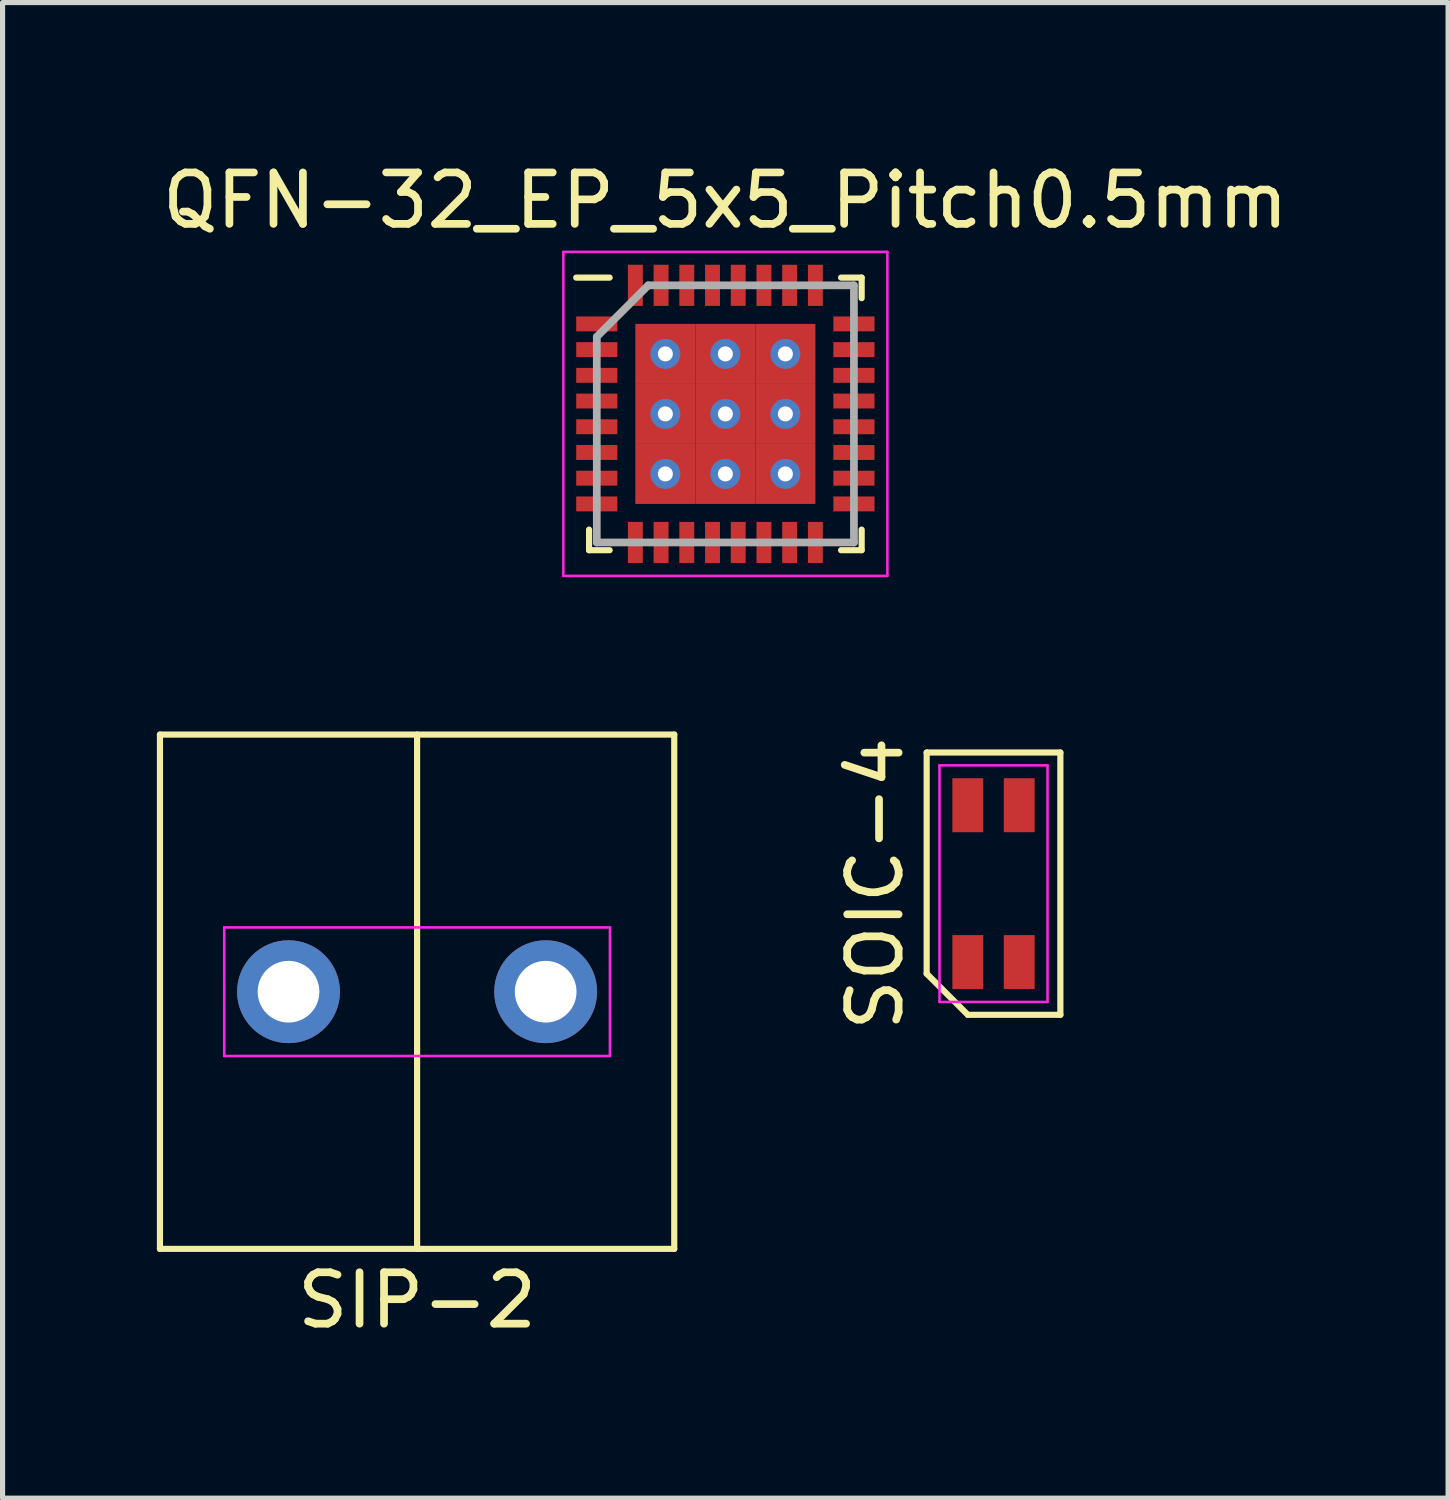
<source format=kicad_pcb>
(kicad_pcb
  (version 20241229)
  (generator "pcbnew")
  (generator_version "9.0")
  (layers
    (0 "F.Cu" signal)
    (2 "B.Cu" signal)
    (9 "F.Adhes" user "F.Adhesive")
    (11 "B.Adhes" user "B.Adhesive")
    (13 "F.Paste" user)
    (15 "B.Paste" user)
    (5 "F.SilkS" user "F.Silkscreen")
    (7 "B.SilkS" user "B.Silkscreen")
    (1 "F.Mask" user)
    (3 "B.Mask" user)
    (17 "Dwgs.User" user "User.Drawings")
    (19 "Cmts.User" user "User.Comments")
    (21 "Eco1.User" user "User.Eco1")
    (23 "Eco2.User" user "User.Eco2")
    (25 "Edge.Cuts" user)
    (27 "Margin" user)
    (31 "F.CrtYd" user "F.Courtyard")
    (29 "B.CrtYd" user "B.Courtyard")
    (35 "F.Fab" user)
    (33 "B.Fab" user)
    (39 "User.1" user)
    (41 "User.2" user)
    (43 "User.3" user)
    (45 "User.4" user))
  (footprint "SOIC-4"
    (layer "F.Cu")
    (at 16.268 14.132)
    (property "Reference" "SOIC-4" (at -2.3 0 90) (layer "F.SilkS") (effects (font (size 1 1) (thickness 0.15))))
    (attr smd)
    (fp_line (start -1.3 -2.55) (end 1.3 -2.55) (stroke (width 0.12) (type solid)) (layer "F.SilkS"))
    (fp_line (start -1.3 1.75) (end -1.3 -2.55) (stroke (width 0.12) (type solid)) (layer "F.SilkS"))
    (fp_line (start -0.5 2.55) (end -1.3 1.75) (stroke (width 0.12) (type solid)) (layer "F.SilkS"))
    (fp_line (start 1.3 -2.55) (end 1.3 2.55) (stroke (width 0.12) (type solid)) (layer "F.SilkS"))
    (fp_line (start 1.3 2.55) (end -0.5 2.55) (stroke (width 0.12) (type solid)) (layer "F.SilkS"))
    (fp_line (start -1.05 -2.3) (end 1.05 -2.3) (stroke (width 0.05) (type solid)) (layer "F.CrtYd"))
    (fp_line (start -1.05 2.3) (end -1.05 -2.3) (stroke (width 0.05) (type solid)) (layer "F.CrtYd"))
    (fp_line (start 1.05 -2.3) (end 1.05 2.3) (stroke (width 0.05) (type solid)) (layer "F.CrtYd"))
    (fp_line (start 1.05 2.3) (end -1.05 2.3) (stroke (width 0.05) (type solid)) (layer "F.CrtYd"))
    (pad "1" smd rect (at -0.5 1.525) (size 0.6 1.05) (layers "F.Cu" "F.Mask" "F.Paste"))
    (pad "2" smd rect (at 0.5 1.525) (size 0.6 1.05) (layers "F.Cu" "F.Mask" "F.Paste"))
    (pad "3" smd rect (at 0.5 -1.525) (size 0.6 1.05) (layers "F.Cu" "F.Mask" "F.Paste"))
    (pad "4" smd rect (at -0.5 -1.525) (size 0.6 1.05) (layers "F.Cu" "F.Mask" "F.Paste")))
  (footprint "SIP-2"
    (layer "F.Cu")
    (at 5.06 16.233)
    (property "Reference" "SIP-2" (at 0 6 0) (layer "F.SilkS") (effects (font (size 1 1) (thickness 0.15))))
    (attr through_hole)
    (fp_line (start -5 -5) (end 5 -5) (stroke (width 0.12) (type solid)) (layer "F.SilkS"))
    (fp_line (start -5 5) (end -5 -5) (stroke (width 0.12) (type solid)) (layer "F.SilkS"))
    (fp_line (start 0 -5) (end 0 5) (stroke (width 0.12) (type solid)) (layer "F.SilkS"))
    (fp_line (start 5 -5) (end 5 5) (stroke (width 0.12) (type solid)) (layer "F.SilkS"))
    (fp_line (start 5 5) (end -5 5) (stroke (width 0.12) (type solid)) (layer "F.SilkS"))
    (fp_line (start -3.75 -1.25) (end 3.75 -1.25) (stroke (width 0.05) (type solid)) (layer "F.CrtYd"))
    (fp_line (start -3.75 1.25) (end -3.75 -1.25) (stroke (width 0.05) (type solid)) (layer "F.CrtYd"))
    (fp_line (start 3.75 -1.25) (end 3.75 1.25) (stroke (width 0.05) (type solid)) (layer "F.CrtYd"))
    (fp_line (start 3.75 1.25) (end -3.75 1.25) (stroke (width 0.05) (type solid)) (layer "F.CrtYd"))
    (pad "1" thru_hole circle (at -2.5 0) (size 2 2) (drill 1.2) (layers "*.Cu" "*.Mask"))
    (pad "2" thru_hole circle (at 2.5 0) (size 2 2) (drill 1.2) (layers "*.Cu" "*.Mask")))
  (footprint "QFN-32_EP_5x5_Pitch0.5mm"
    (layer "F.Cu")
    (at 11.054 4.998)
    (property "Reference" "QFN-32_EP_5x5_Pitch0.5mm" (at 0 -4.15 0) (layer "F.SilkS") (effects (font (size 1 1) (thickness 0.15))))
    (attr smd)
    (fp_line (start -2.65 2.65) (end -2.65 2.25) (stroke (width 0.12) (type solid)) (layer "F.SilkS"))
    (fp_line (start -2.25 -2.65) (end -2.9 -2.65) (stroke (width 0.12) (type solid)) (layer "F.SilkS"))
    (fp_line (start -2.25 2.65) (end -2.65 2.65) (stroke (width 0.12) (type solid)) (layer "F.SilkS"))
    (fp_line (start 2.25 -2.65) (end 2.65 -2.65) (stroke (width 0.12) (type solid)) (layer "F.SilkS"))
    (fp_line (start 2.25 2.65) (end 2.65 2.65) (stroke (width 0.12) (type solid)) (layer "F.SilkS"))
    (fp_line (start 2.65 -2.65) (end 2.65 -2.25) (stroke (width 0.12) (type solid)) (layer "F.SilkS"))
    (fp_line (start 2.65 2.65) (end 2.65 2.25) (stroke (width 0.12) (type solid)) (layer "F.SilkS"))
    (fp_line (start -3.15 -3.15) (end 3.15 -3.15) (stroke (width 0.05) (type solid)) (layer "F.CrtYd"))
    (fp_line (start -3.15 3.15) (end -3.15 -3.15) (stroke (width 0.05) (type solid)) (layer "F.CrtYd"))
    (fp_line (start 3.15 -3.15) (end 3.15 3.15) (stroke (width 0.05) (type solid)) (layer "F.CrtYd"))
    (fp_line (start 3.15 3.15) (end -3.15 3.15) (stroke (width 0.05) (type solid)) (layer "F.CrtYd"))
    (fp_line (start -2.5 -1.5) (end -2.5 2.5) (stroke (width 0.15) (type solid)) (layer "F.Fab"))
    (fp_line (start -2.5 2.5) (end 2.5 2.5) (stroke (width 0.15) (type solid)) (layer "F.Fab"))
    (fp_line (start -1.5 -2.5) (end -2.5 -1.5) (stroke (width 0.15) (type solid)) (layer "F.Fab"))
    (fp_line (start 2.5 -2.5) (end -1.5 -2.5) (stroke (width 0.15) (type solid)) (layer "F.Fab"))
    (fp_line (start 2.5 2.5) (end 2.5 -2.5) (stroke (width 0.15) (type solid)) (layer "F.Fab"))
    (pad "1" smd rect (at -2.5 -1.75 90) (size 0.29 0.8) (layers "F.Cu" "F.Mask" "F.Paste"))
    (pad "2" smd rect (at -2.5 -1.25 90) (size 0.29 0.8) (layers "F.Cu" "F.Mask" "F.Paste"))
    (pad "3" smd rect (at -2.5 -0.75 90) (size 0.29 0.8) (layers "F.Cu" "F.Mask" "F.Paste"))
    (pad "4" smd rect (at -2.5 -0.25 90) (size 0.29 0.8) (layers "F.Cu" "F.Mask" "F.Paste"))
    (pad "5" smd rect (at -2.5 0.25 90) (size 0.29 0.8) (layers "F.Cu" "F.Mask" "F.Paste"))
    (pad "6" smd rect (at -2.5 0.75 90) (size 0.29 0.8) (layers "F.Cu" "F.Mask" "F.Paste"))
    (pad "7" smd rect (at -2.5 1.25 90) (size 0.29 0.8) (layers "F.Cu" "F.Mask" "F.Paste"))
    (pad "8" smd rect (at -2.5 1.75 90) (size 0.29 0.8) (layers "F.Cu" "F.Mask" "F.Paste"))
    (pad "9" smd rect (at -1.75 2.5) (size 0.29 0.8) (layers "F.Cu" "F.Mask" "F.Paste"))
    (pad "10" smd rect (at -1.25 2.5) (size 0.29 0.8) (layers "F.Cu" "F.Mask" "F.Paste"))
    (pad "11" smd rect (at -0.75 2.5) (size 0.29 0.8) (layers "F.Cu" "F.Mask" "F.Paste"))
    (pad "12" smd rect (at -0.25 2.5) (size 0.29 0.8) (layers "F.Cu" "F.Mask" "F.Paste"))
    (pad "13" smd rect (at 0.25 2.5) (size 0.29 0.8) (layers "F.Cu" "F.Mask" "F.Paste"))
    (pad "14" smd rect (at 0.75 2.5) (size 0.29 0.8) (layers "F.Cu" "F.Mask" "F.Paste"))
    (pad "15" smd rect (at 1.25 2.5) (size 0.29 0.8) (layers "F.Cu" "F.Mask" "F.Paste"))
    (pad "16" smd rect (at 1.75 2.5) (size 0.29 0.8) (layers "F.Cu" "F.Mask" "F.Paste"))
    (pad "17" smd rect (at 2.5 1.75 90) (size 0.29 0.8) (layers "F.Cu" "F.Mask" "F.Paste"))
    (pad "18" smd rect (at 2.5 1.25 90) (size 0.29 0.8) (layers "F.Cu" "F.Mask" "F.Paste"))
    (pad "19" smd rect (at 2.5 0.75 90) (size 0.29 0.8) (layers "F.Cu" "F.Mask" "F.Paste"))
    (pad "20" smd rect (at 2.5 0.25 90) (size 0.29 0.8) (layers "F.Cu" "F.Mask" "F.Paste"))
    (pad "21" smd rect (at 2.5 -0.25 90) (size 0.29 0.8) (layers "F.Cu" "F.Mask" "F.Paste"))
    (pad "22" smd rect (at 2.5 -0.75 90) (size 0.29 0.8) (layers "F.Cu" "F.Mask" "F.Paste"))
    (pad "23" smd rect (at 2.5 -1.25 90) (size 0.29 0.8) (layers "F.Cu" "F.Mask" "F.Paste"))
    (pad "24" smd rect (at 2.5 -1.75 90) (size 0.29 0.8) (layers "F.Cu" "F.Mask" "F.Paste"))
    (pad "25" smd rect (at 1.75 -2.5) (size 0.29 0.8) (layers "F.Cu" "F.Mask" "F.Paste"))
    (pad "26" smd rect (at 1.25 -2.5) (size 0.29 0.8) (layers "F.Cu" "F.Mask" "F.Paste"))
    (pad "27" smd rect (at 0.75 -2.5) (size 0.29 0.8) (layers "F.Cu" "F.Mask" "F.Paste"))
    (pad "28" smd rect (at 0.25 -2.5) (size 0.29 0.8) (layers "F.Cu" "F.Mask" "F.Paste"))
    (pad "29" smd rect (at -0.25 -2.5) (size 0.29 0.8) (layers "F.Cu" "F.Mask" "F.Paste"))
    (pad "30" smd rect (at -0.75 -2.5) (size 0.29 0.8) (layers "F.Cu" "F.Mask" "F.Paste"))
    (pad "31" smd rect (at -1.25 -2.5) (size 0.29 0.8) (layers "F.Cu" "F.Mask" "F.Paste"))
    (pad "32" smd rect (at -1.75 -2.5) (size 0.29 0.8) (layers "F.Cu" "F.Mask" "F.Paste"))
    (pad "33" thru_hole circle (at -1.167 -1.167) (size 0.583 0.583) (drill 0.292) (layers "*.Cu" "*.Mask"))
    (pad "33" smd rect (at -1.167 -1.167) (size 1.167 1.167) (layers "F.Cu" "F.Mask" "F.Paste"))
    (pad "33" thru_hole circle (at -1.167 0) (size 0.583 0.583) (drill 0.292) (layers "*.Cu" "*.Mask"))
    (pad "33" smd rect (at -1.167 0) (size 1.167 1.167) (layers "F.Cu" "F.Mask" "F.Paste"))
    (pad "33" thru_hole circle (at -1.167 1.167) (size 0.583 0.583) (drill 0.292) (layers "*.Cu" "*.Mask"))
    (pad "33" smd rect (at -1.167 1.167) (size 1.167 1.167) (layers "F.Cu" "F.Mask" "F.Paste"))
    (pad "33" thru_hole circle (at 0 -1.167) (size 0.583 0.583) (drill 0.292) (layers "*.Cu" "*.Mask"))
    (pad "33" smd rect (at 0 -1.167) (size 1.167 1.167) (layers "F.Cu" "F.Mask" "F.Paste"))
    (pad "33" thru_hole circle (at 0 0) (size 0.583 0.583) (drill 0.292) (layers "*.Cu" "*.Mask"))
    (pad "33" smd rect (at 0 0) (size 1.167 1.167) (layers "F.Cu" "F.Mask" "F.Paste"))
    (pad "33" thru_hole circle (at 0 1.167) (size 0.583 0.583) (drill 0.292) (layers "*.Cu" "*.Mask"))
    (pad "33" smd rect (at 0 1.167) (size 1.167 1.167) (layers "F.Cu" "F.Mask" "F.Paste"))
    (pad "33" thru_hole circle (at 1.167 -1.167) (size 0.583 0.583) (drill 0.292) (layers "*.Cu" "*.Mask"))
    (pad "33" smd rect (at 1.167 -1.167) (size 1.167 1.167) (layers "F.Cu" "F.Mask" "F.Paste"))
    (pad "33" thru_hole circle (at 1.167 0) (size 0.583 0.583) (drill 0.292) (layers "*.Cu" "*.Mask"))
    (pad "33" smd rect (at 1.167 0) (size 1.167 1.167) (layers "F.Cu" "F.Mask" "F.Paste"))
    (pad "33" thru_hole circle (at 1.167 1.167) (size 0.583 0.583) (drill 0.292) (layers "*.Cu" "*.Mask"))
    (pad "33" smd rect (at 1.167 1.167) (size 1.167 1.167) (layers "F.Cu" "F.Mask" "F.Paste")))
  (gr_rect
    (start -3 -3)
    (end 25.107 26.081)
    (stroke (width 0.1) (type default))
    (fill no)
    (layer "Edge.Cuts")))
</source>
